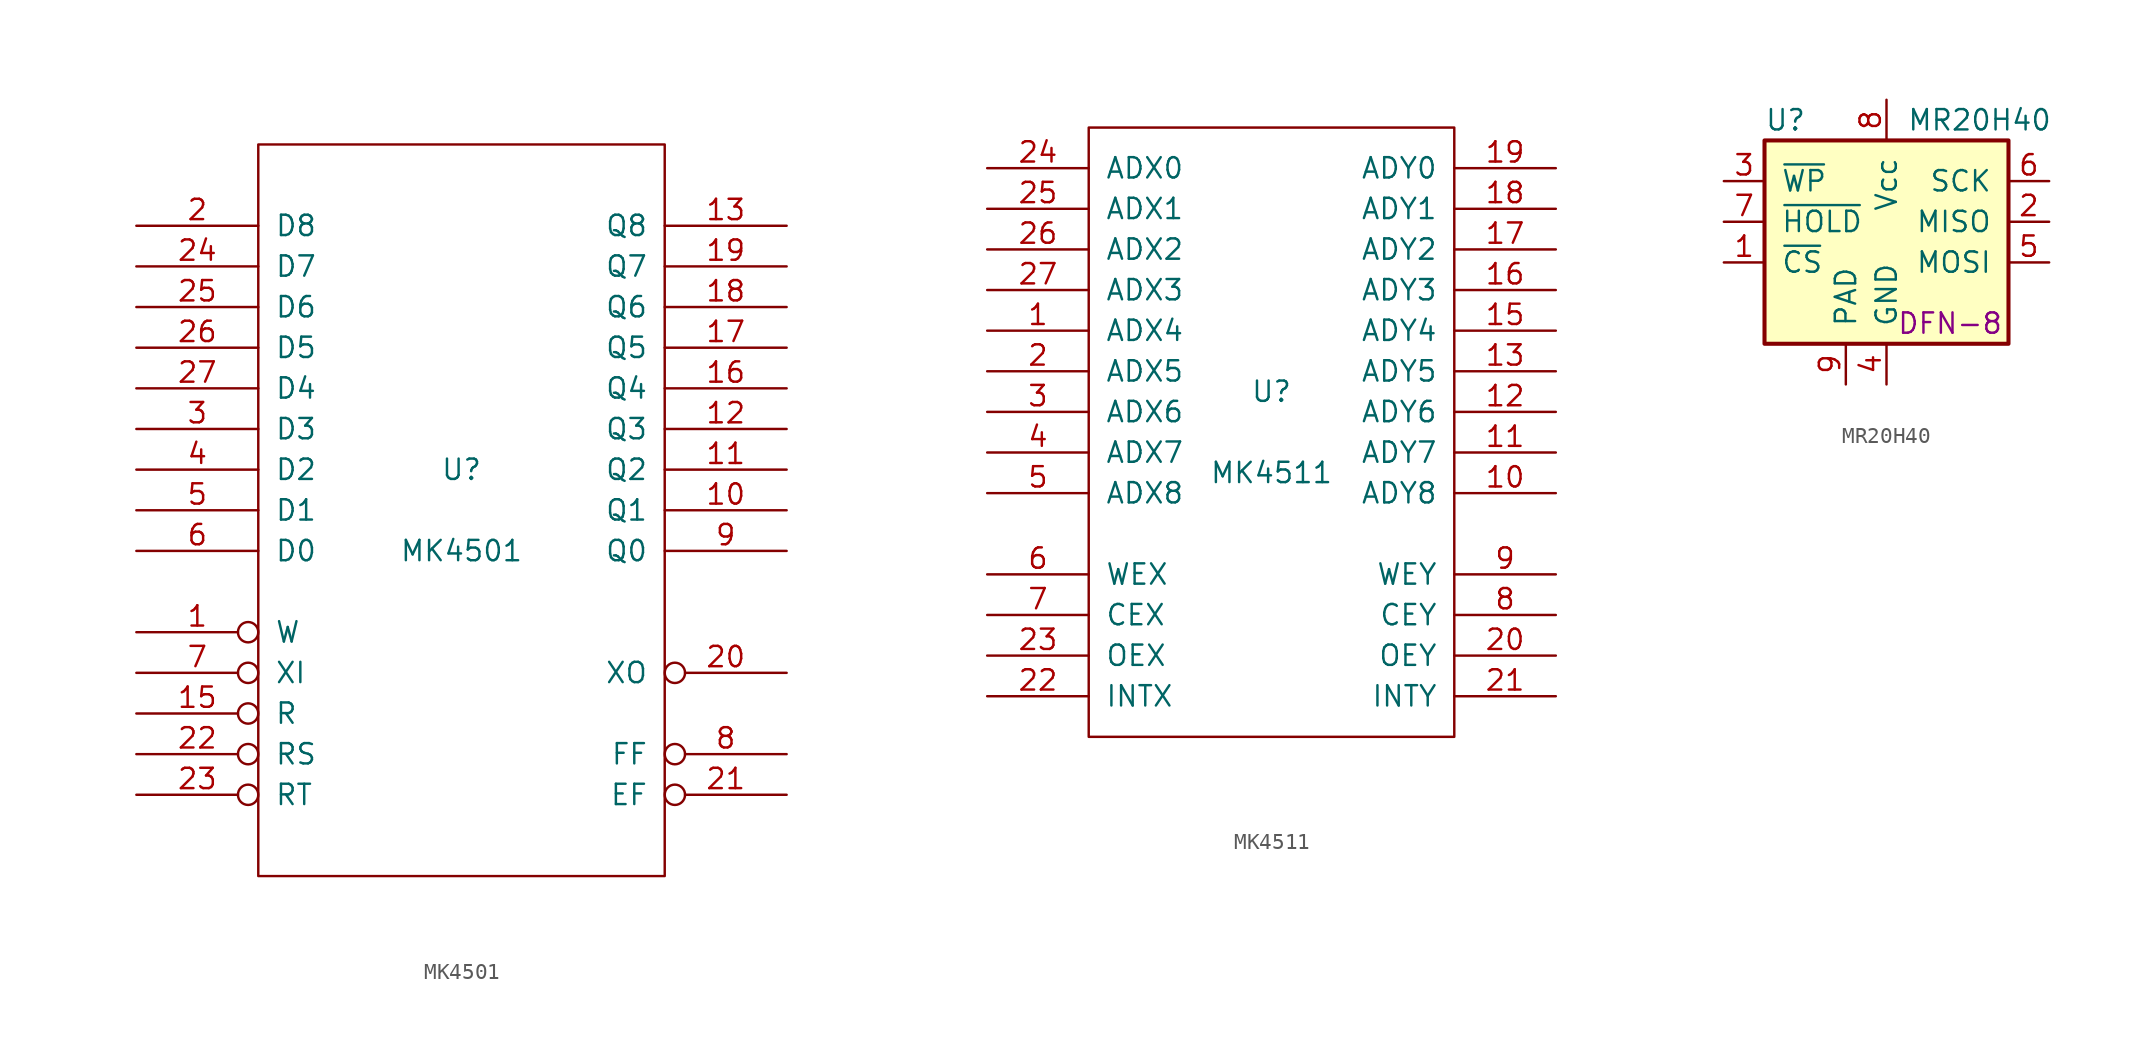
<source format=kicad_sym>
(kicad_symbol_lib
  (version 20231120)
  (generator "kicad_symbol_editor")
  (generator_version "8.0")
  (symbol "MK4501"
    (pin_names
      (offset 1.016))
    (property "Reference" "U"
      (at 0 2.54 0)
      (effects (font (size 1.27 1.27))))
    (property "Value" "MK4501"
      (at 0 -2.54 0)
      (effects (font (size 1.27 1.27))))
    (property "Footprint" ""
      (at 0 0 0)
      (effects (font (size 1.27 1.27))))
    (property "Datasheet" ""
      (at 0 0 0)
      (effects (font (size 1.27 1.27))))
    (symbol "MK4501_0_1"
      (rectangle (start -12.7 -22.86) (end 12.7 22.86) (stroke (width 0) (type solid)) (fill (type none))))
    (symbol "MK4501_1_1"
      (pin input inverted (at -20.32 -7.62 0) (length 7.62) (name "W" (effects (font (size 1.27 1.27)))) (number "1" (effects (font (size 1.27 1.27)))))
      (pin output line (at 20.32 0 180) (length 7.62) (name "Q1" (effects (font (size 1.27 1.27)))) (number "10" (effects (font (size 1.27 1.27)))))
      (pin output line (at 20.32 2.54 180) (length 7.62) (name "Q2" (effects (font (size 1.27 1.27)))) (number "11" (effects (font (size 1.27 1.27)))))
      (pin output line (at 20.32 5.08 180) (length 7.62) (name "Q3" (effects (font (size 1.27 1.27)))) (number "12" (effects (font (size 1.27 1.27)))))
      (pin output line (at 20.32 17.78 180) (length 7.62) (name "Q8" (effects (font (size 1.27 1.27)))) (number "13" (effects (font (size 1.27 1.27)))))
      (pin power_in line (at -12.7 -22.86 90) (length 0) hide (name "GND" (effects (font (size 1.27 1.27)))) (number "14" (effects (font (size 1.27 1.27)))))
      (pin input inverted (at -20.32 -12.7 0) (length 7.62) (name "R" (effects (font (size 1.27 1.27)))) (number "15" (effects (font (size 1.27 1.27)))))
      (pin output line (at 20.32 7.62 180) (length 7.62) (name "Q4" (effects (font (size 1.27 1.27)))) (number "16" (effects (font (size 1.27 1.27)))))
      (pin output line (at 20.32 10.16 180) (length 7.62) (name "Q5" (effects (font (size 1.27 1.27)))) (number "17" (effects (font (size 1.27 1.27)))))
      (pin output line (at 20.32 12.7 180) (length 7.62) (name "Q6" (effects (font (size 1.27 1.27)))) (number "18" (effects (font (size 1.27 1.27)))))
      (pin output line (at 20.32 15.24 180) (length 7.62) (name "Q7" (effects (font (size 1.27 1.27)))) (number "19" (effects (font (size 1.27 1.27)))))
      (pin input line (at -20.32 17.78 0) (length 7.62) (name "D8" (effects (font (size 1.27 1.27)))) (number "2" (effects (font (size 1.27 1.27)))))
      (pin output inverted (at 20.32 -10.16 180) (length 7.62) (name "XO" (effects (font (size 1.27 1.27)))) (number "20" (effects (font (size 1.27 1.27)))))
      (pin output inverted (at 20.32 -17.78 180) (length 7.62) (name "EF" (effects (font (size 1.27 1.27)))) (number "21" (effects (font (size 1.27 1.27)))))
      (pin input inverted (at -20.32 -15.24 0) (length 7.62) (name "RS" (effects (font (size 1.27 1.27)))) (number "22" (effects (font (size 1.27 1.27)))))
      (pin input inverted (at -20.32 -17.78 0) (length 7.62) (name "RT" (effects (font (size 1.27 1.27)))) (number "23" (effects (font (size 1.27 1.27)))))
      (pin input line (at -20.32 15.24 0) (length 7.62) (name "D7" (effects (font (size 1.27 1.27)))) (number "24" (effects (font (size 1.27 1.27)))))
      (pin input line (at -20.32 12.7 0) (length 7.62) (name "D6" (effects (font (size 1.27 1.27)))) (number "25" (effects (font (size 1.27 1.27)))))
      (pin input line (at -20.32 10.16 0) (length 7.62) (name "D5" (effects (font (size 1.27 1.27)))) (number "26" (effects (font (size 1.27 1.27)))))
      (pin input line (at -20.32 7.62 0) (length 7.62) (name "D4" (effects (font (size 1.27 1.27)))) (number "27" (effects (font (size 1.27 1.27)))))
      (pin power_in line (at -12.7 22.86 90) (length 0) hide (name "VCC" (effects (font (size 1.27 1.27)))) (number "28" (effects (font (size 1.27 1.27)))))
      (pin input line (at -20.32 5.08 0) (length 7.62) (name "D3" (effects (font (size 1.27 1.27)))) (number "3" (effects (font (size 1.27 1.27)))))
      (pin input line (at -20.32 2.54 0) (length 7.62) (name "D2" (effects (font (size 1.27 1.27)))) (number "4" (effects (font (size 1.27 1.27)))))
      (pin input line (at -20.32 0 0) (length 7.62) (name "D1" (effects (font (size 1.27 1.27)))) (number "5" (effects (font (size 1.27 1.27)))))
      (pin input line (at -20.32 -2.54 0) (length 7.62) (name "D0" (effects (font (size 1.27 1.27)))) (number "6" (effects (font (size 1.27 1.27)))))
      (pin input inverted (at -20.32 -10.16 0) (length 7.62) (name "XI" (effects (font (size 1.27 1.27)))) (number "7" (effects (font (size 1.27 1.27)))))
      (pin output inverted (at 20.32 -15.24 180) (length 7.62) (name "FF" (effects (font (size 1.27 1.27)))) (number "8" (effects (font (size 1.27 1.27)))))
      (pin output line (at 20.32 -2.54 180) (length 7.62) (name "Q0" (effects (font (size 1.27 1.27)))) (number "9" (effects (font (size 1.27 1.27)))))))
  (symbol "MK4511"
    (pin_names
      (offset 1.016))
    (property "Reference" "U"
      (at 0 2.54 0)
      (effects (font (size 1.27 1.27))))
    (property "Value" "MK4511"
      (at 0 -2.54 0)
      (effects (font (size 1.27 1.27))))
    (property "Footprint" ""
      (at 0 0 0)
      (effects (font (size 1.27 1.27))))
    (property "Datasheet" ""
      (at 0 0 0)
      (effects (font (size 1.27 1.27))))
    (symbol "MK4511_0_1"
      (rectangle (start -11.43 -19.05) (end 11.43 19.05) (stroke (width 0) (type solid)) (fill (type none))))
    (symbol "MK4511_1_1"
      (pin input line (at -17.78 6.35 0) (length 6.35) (name "ADX4" (effects (font (size 1.27 1.27)))) (number "1" (effects (font (size 1.27 1.27)))))
      (pin input line (at 17.78 -3.81 180) (length 6.35) (name "ADY8" (effects (font (size 1.27 1.27)))) (number "10" (effects (font (size 1.27 1.27)))))
      (pin input line (at 17.78 -1.27 180) (length 6.35) (name "ADY7" (effects (font (size 1.27 1.27)))) (number "11" (effects (font (size 1.27 1.27)))))
      (pin input line (at 17.78 1.27 180) (length 6.35) (name "ADY6" (effects (font (size 1.27 1.27)))) (number "12" (effects (font (size 1.27 1.27)))))
      (pin input line (at 17.78 3.81 180) (length 6.35) (name "ADY5" (effects (font (size 1.27 1.27)))) (number "13" (effects (font (size 1.27 1.27)))))
      (pin power_in line (at -11.43 -20.32 90) (length 1.27) hide (name "GND" (effects (font (size 1.27 1.27)))) (number "14" (effects (font (size 1.27 1.27)))))
      (pin input line (at 17.78 6.35 180) (length 6.35) (name "ADY4" (effects (font (size 1.27 1.27)))) (number "15" (effects (font (size 1.27 1.27)))))
      (pin input line (at 17.78 8.89 180) (length 6.35) (name "ADY3" (effects (font (size 1.27 1.27)))) (number "16" (effects (font (size 1.27 1.27)))))
      (pin input line (at 17.78 11.43 180) (length 6.35) (name "ADY2" (effects (font (size 1.27 1.27)))) (number "17" (effects (font (size 1.27 1.27)))))
      (pin input line (at 17.78 13.97 180) (length 6.35) (name "ADY1" (effects (font (size 1.27 1.27)))) (number "18" (effects (font (size 1.27 1.27)))))
      (pin input line (at 17.78 16.51 180) (length 6.35) (name "ADY0" (effects (font (size 1.27 1.27)))) (number "19" (effects (font (size 1.27 1.27)))))
      (pin input line (at -17.78 3.81 0) (length 6.35) (name "ADX5" (effects (font (size 1.27 1.27)))) (number "2" (effects (font (size 1.27 1.27)))))
      (pin input line (at 17.78 -13.97 180) (length 6.35) (name "OEY" (effects (font (size 1.27 1.27)))) (number "20" (effects (font (size 1.27 1.27)))))
      (pin output line (at 17.78 -16.51 180) (length 6.35) (name "INTY" (effects (font (size 1.27 1.27)))) (number "21" (effects (font (size 1.27 1.27)))))
      (pin output line (at -17.78 -16.51 0) (length 6.35) (name "INTX" (effects (font (size 1.27 1.27)))) (number "22" (effects (font (size 1.27 1.27)))))
      (pin input line (at -17.78 -13.97 0) (length 6.35) (name "OEX" (effects (font (size 1.27 1.27)))) (number "23" (effects (font (size 1.27 1.27)))))
      (pin input line (at -17.78 16.51 0) (length 6.35) (name "ADX0" (effects (font (size 1.27 1.27)))) (number "24" (effects (font (size 1.27 1.27)))))
      (pin input line (at -17.78 13.97 0) (length 6.35) (name "ADX1" (effects (font (size 1.27 1.27)))) (number "25" (effects (font (size 1.27 1.27)))))
      (pin input line (at -17.78 11.43 0) (length 6.35) (name "ADX2" (effects (font (size 1.27 1.27)))) (number "26" (effects (font (size 1.27 1.27)))))
      (pin input line (at -17.78 8.89 0) (length 6.35) (name "ADX3" (effects (font (size 1.27 1.27)))) (number "27" (effects (font (size 1.27 1.27)))))
      (pin power_in line (at 11.43 -20.32 90) (length 1.27) hide (name "VCC" (effects (font (size 1.27 1.27)))) (number "28" (effects (font (size 1.27 1.27)))))
      (pin input line (at -17.78 1.27 0) (length 6.35) (name "ADX6" (effects (font (size 1.27 1.27)))) (number "3" (effects (font (size 1.27 1.27)))))
      (pin input line (at -17.78 -1.27 0) (length 6.35) (name "ADX7" (effects (font (size 1.27 1.27)))) (number "4" (effects (font (size 1.27 1.27)))))
      (pin input line (at -17.78 -3.81 0) (length 6.35) (name "ADX8" (effects (font (size 1.27 1.27)))) (number "5" (effects (font (size 1.27 1.27)))))
      (pin input line (at -17.78 -8.89 0) (length 6.35) (name "WEX" (effects (font (size 1.27 1.27)))) (number "6" (effects (font (size 1.27 1.27)))))
      (pin input line (at -17.78 -11.43 0) (length 6.35) (name "CEX" (effects (font (size 1.27 1.27)))) (number "7" (effects (font (size 1.27 1.27)))))
      (pin input line (at 17.78 -11.43 180) (length 6.35) (name "CEY" (effects (font (size 1.27 1.27)))) (number "8" (effects (font (size 1.27 1.27)))))
      (pin input line (at 17.78 -8.89 180) (length 6.35) (name "WEY" (effects (font (size 1.27 1.27)))) (number "9" (effects (font (size 1.27 1.27)))))))
  (symbol "MR20H40"
    (pin_names
      (offset 1.016))
    (property "Reference" "U"
      (at -7.62 6.35 0)
      (effects (font (size 1.27 1.27)) (justify left)))
    (property "Value" "MR20H40"
      (at 1.27 6.35 0)
      (effects (font (size 1.27 1.27)) (justify left)))
    (property "Footprint" "DFN-8"
      (at 0.635 -6.35 0)
      (effects (font (size 1.27 1.27)) (justify left)))
    (property "Datasheet" ""
      (at -7.62 7.62 0)
      (effects (font (size 1.27 1.27))))
    (symbol "MR20H40_0_1"
      (rectangle (start -7.62 5.08) (end 7.62 -7.62) (stroke (width 0.254) (type solid)) (fill (type background))))
    (symbol "MR20H40_1_1"
      (pin input line (at -10.16 -2.54 0) (length 2.54) (name "~{CS}" (effects (font (size 1.27 1.27)))) (number "1" (effects (font (size 1.27 1.27)))))
      (pin output line (at 10.16 0 180) (length 2.54) (name "MISO" (effects (font (size 1.27 1.27)))) (number "2" (effects (font (size 1.27 1.27)))))
      (pin input line (at -10.16 2.54 0) (length 2.54) (name "~{WP}" (effects (font (size 1.27 1.27)))) (number "3" (effects (font (size 1.27 1.27)))))
      (pin power_in line (at 0 -10.16 90) (length 2.54) (name "GND" (effects (font (size 1.27 1.27)))) (number "4" (effects (font (size 1.27 1.27)))))
      (pin input line (at 10.16 -2.54 180) (length 2.54) (name "MOSI" (effects (font (size 1.27 1.27)))) (number "5" (effects (font (size 1.27 1.27)))))
      (pin input line (at 10.16 2.54 180) (length 2.54) (name "SCK" (effects (font (size 1.27 1.27)))) (number "6" (effects (font (size 1.27 1.27)))))
      (pin input line (at -10.16 0 0) (length 2.54) (name "~{HOLD}" (effects (font (size 1.27 1.27)))) (number "7" (effects (font (size 1.27 1.27)))))
      (pin power_in line (at 0 7.62 270) (length 2.54) (name "Vcc" (effects (font (size 1.27 1.27)))) (number "8" (effects (font (size 1.27 1.27)))))
      (pin input line (at -2.54 -10.16 90) (length 2.54) (name "PAD" (effects (font (size 1.27 1.27)))) (number "9" (effects (font (size 1.27 1.27))))))))
</source>
